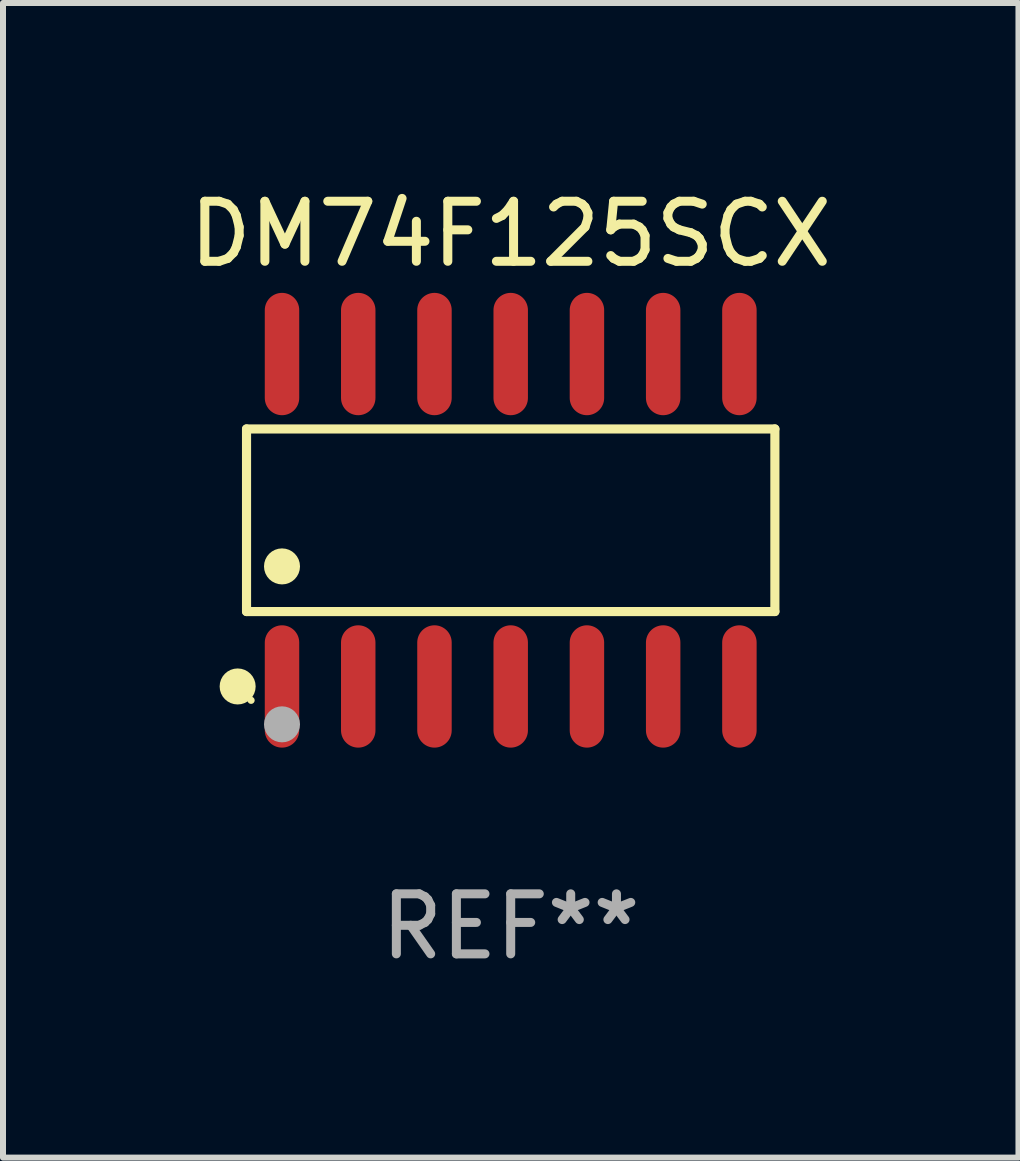
<source format=kicad_pcb>
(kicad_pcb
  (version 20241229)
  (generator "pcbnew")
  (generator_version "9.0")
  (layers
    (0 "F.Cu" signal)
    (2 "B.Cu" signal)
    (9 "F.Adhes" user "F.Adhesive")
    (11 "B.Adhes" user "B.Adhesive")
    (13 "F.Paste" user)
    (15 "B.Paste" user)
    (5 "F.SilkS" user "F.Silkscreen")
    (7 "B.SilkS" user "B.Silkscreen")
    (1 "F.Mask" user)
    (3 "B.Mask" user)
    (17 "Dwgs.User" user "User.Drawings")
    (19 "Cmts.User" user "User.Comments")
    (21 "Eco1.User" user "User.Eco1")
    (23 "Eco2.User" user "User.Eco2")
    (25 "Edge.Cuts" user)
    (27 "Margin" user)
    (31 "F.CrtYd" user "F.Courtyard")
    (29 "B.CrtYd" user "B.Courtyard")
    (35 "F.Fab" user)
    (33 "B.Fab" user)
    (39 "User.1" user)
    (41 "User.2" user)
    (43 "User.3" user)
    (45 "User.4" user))
  (footprint "DM74F125SCX"
    (layer "F.Cu")
    (at 5.458 5.617)
    (property "Reference" "DM74F125SCX" (at 0 -4.769 0) (layer "F.SilkS") (effects (font (size 1 1) (thickness 0.15))))
    (attr through_hole)
    (fp_line (start -4.401 -1.521) (end 4.401 -1.521) (stroke (width 0.152) (type solid)) (layer "F.SilkS"))
    (fp_line (start -4.401 1.521) (end -4.401 -1.521) (stroke (width 0.152) (type solid)) (layer "F.SilkS"))
    (fp_line (start 4.401 -1.521) (end 4.401 1.521) (stroke (width 0.152) (type solid)) (layer "F.SilkS"))
    (fp_line (start 4.401 1.521) (end -4.401 1.521) (stroke (width 0.152) (type solid)) (layer "F.SilkS"))
    (fp_circle (center -4.549 2.769) (end -4.399 2.769) (stroke (width 0.3) (type solid)) (fill no) (layer "F.SilkS"))
    (fp_circle (center -4.325 3) (end -4.295 3) (stroke (width 0.06) (type solid)) (fill no) (layer "F.SilkS"))
    (fp_circle (center -3.81 0.769) (end -3.66 0.769) (stroke (width 0.3) (type solid)) (fill no) (layer "F.SilkS"))
    (fp_circle (center -3.81 3.4) (end -3.66 3.4) (stroke (width 0.3) (type solid)) (fill no) (layer "F.Fab"))
    (fp_text user "REF**" (at 0 6.769 0) (layer "F.Fab") (effects (font (size 1 1) (thickness 0.15))))
    (pad "1" smd oval (at -3.81 2.769) (size 0.574 2.038) (layers "F.Cu" "F.Mask" "F.Paste"))
    (pad "2" smd oval (at -2.54 2.769) (size 0.574 2.038) (layers "F.Cu" "F.Mask" "F.Paste"))
    (pad "3" smd oval (at -1.27 2.769) (size 0.574 2.038) (layers "F.Cu" "F.Mask" "F.Paste"))
    (pad "4" smd oval (at 0 2.769) (size 0.574 2.038) (layers "F.Cu" "F.Mask" "F.Paste"))
    (pad "5" smd oval (at 1.27 2.769) (size 0.574 2.038) (layers "F.Cu" "F.Mask" "F.Paste"))
    (pad "6" smd oval (at 2.54 2.769) (size 0.574 2.038) (layers "F.Cu" "F.Mask" "F.Paste"))
    (pad "7" smd oval (at 3.81 2.769) (size 0.574 2.038) (layers "F.Cu" "F.Mask" "F.Paste"))
    (pad "8" smd oval (at 3.81 -2.769) (size 0.574 2.038) (layers "F.Cu" "F.Mask" "F.Paste"))
    (pad "9" smd oval (at 2.54 -2.769) (size 0.574 2.038) (layers "F.Cu" "F.Mask" "F.Paste"))
    (pad "10" smd oval (at 1.27 -2.769) (size 0.574 2.038) (layers "F.Cu" "F.Mask" "F.Paste"))
    (pad "11" smd oval (at 0 -2.769) (size 0.574 2.038) (layers "F.Cu" "F.Mask" "F.Paste"))
    (pad "12" smd oval (at -1.27 -2.769) (size 0.574 2.038) (layers "F.Cu" "F.Mask" "F.Paste"))
    (pad "13" smd oval (at -2.54 -2.769) (size 0.574 2.038) (layers "F.Cu" "F.Mask" "F.Paste"))
    (pad "14" smd oval (at -3.81 -2.769) (size 0.574 2.038) (layers "F.Cu" "F.Mask" "F.Paste")))
  (gr_rect
    (start -3 -3)
    (end 13.917 16.235)
    (stroke (width 0.1) (type default))
    (fill no)
    (layer "Edge.Cuts")))
</source>
